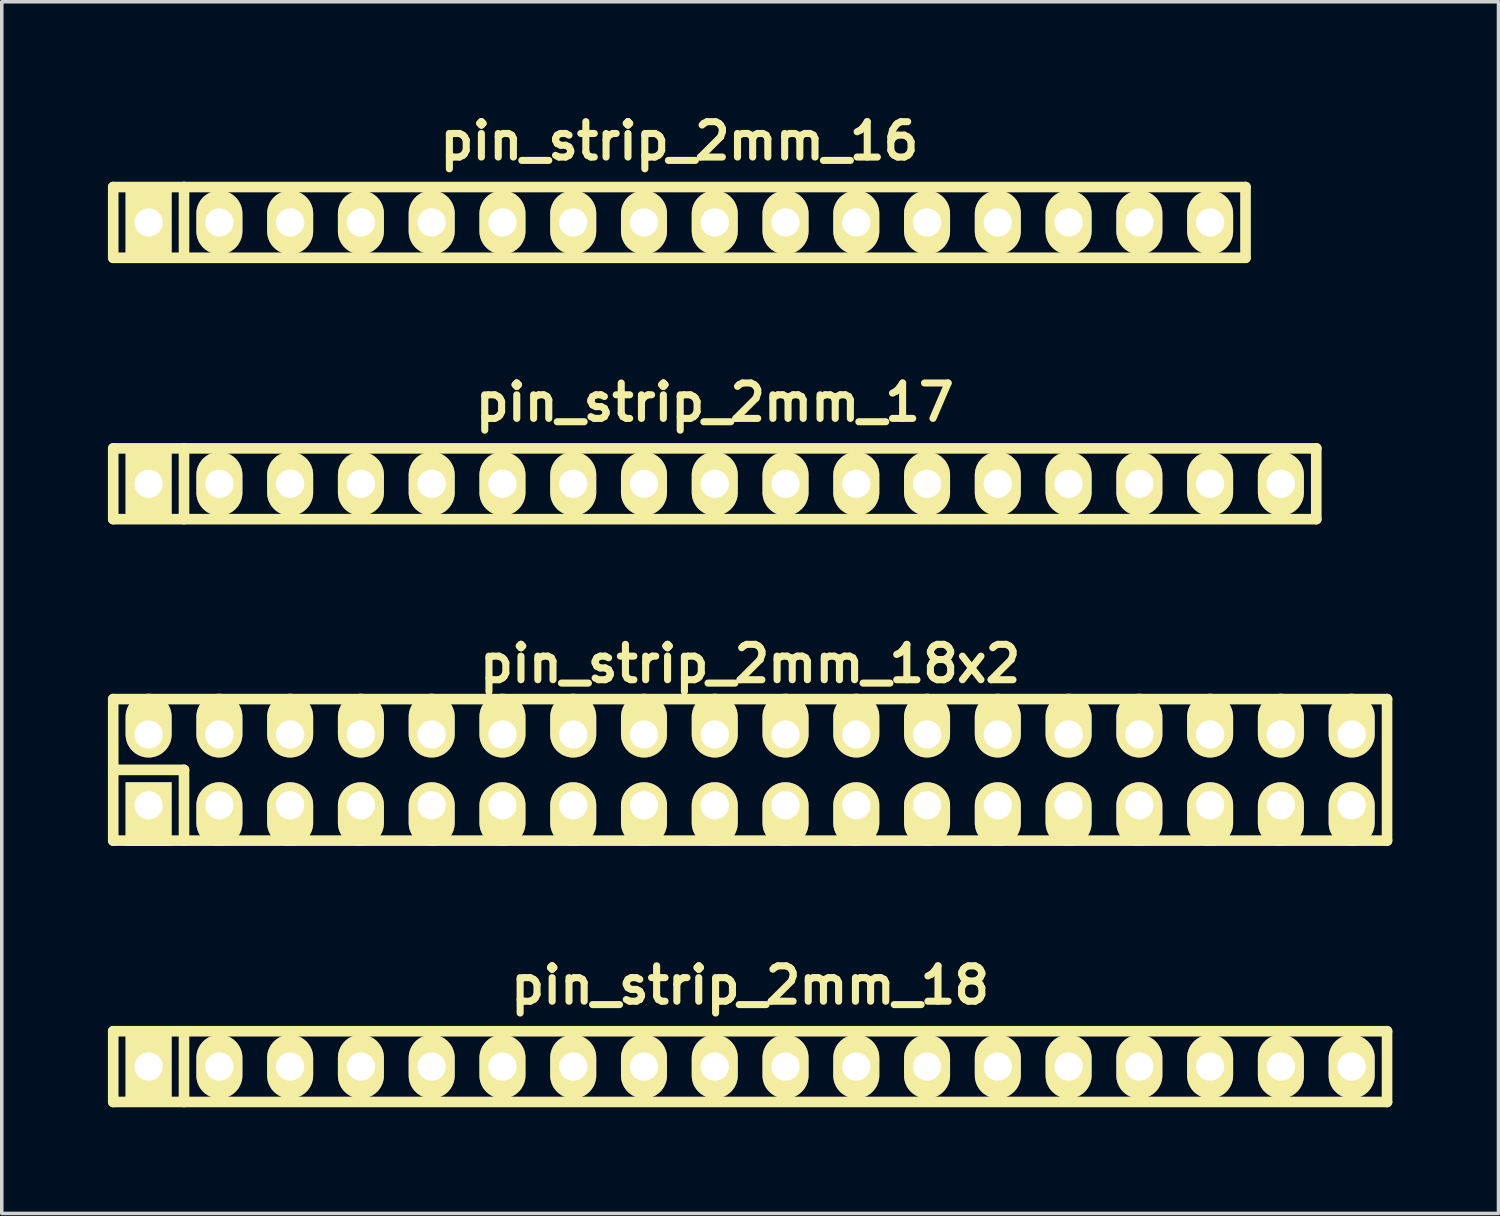
<source format=kicad_pcb>
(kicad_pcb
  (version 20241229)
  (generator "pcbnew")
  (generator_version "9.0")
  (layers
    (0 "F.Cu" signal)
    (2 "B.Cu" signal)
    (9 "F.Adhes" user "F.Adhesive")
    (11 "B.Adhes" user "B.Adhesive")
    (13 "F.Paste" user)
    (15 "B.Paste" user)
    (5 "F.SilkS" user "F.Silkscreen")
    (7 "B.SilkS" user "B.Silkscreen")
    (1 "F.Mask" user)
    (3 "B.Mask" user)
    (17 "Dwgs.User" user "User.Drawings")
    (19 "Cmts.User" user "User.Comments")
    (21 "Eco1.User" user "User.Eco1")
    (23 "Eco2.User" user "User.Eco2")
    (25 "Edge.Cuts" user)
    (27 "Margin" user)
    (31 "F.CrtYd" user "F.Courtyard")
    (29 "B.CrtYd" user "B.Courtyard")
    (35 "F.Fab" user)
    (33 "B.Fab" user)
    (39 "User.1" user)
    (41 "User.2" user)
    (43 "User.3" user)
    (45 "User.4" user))
  (footprint "pin_strip_2mm_18x2"
    (layer "F.Cu")
    (at 18.15 18.708)
    (property "Reference" "pin_strip_2mm_18x2" (at 0 -3 0) (layer "F.SilkS") (effects (font (size 1 1) (thickness 0.2))))
    (attr through_hole)
    (fp_line (start -18 -2) (end 18 -2) (stroke (width 0.3) (type solid)) (layer "F.SilkS"))
    (fp_line (start -18 0) (end -16 0) (stroke (width 0.3) (type solid)) (layer "F.SilkS"))
    (fp_line (start -18 2) (end -18 -2) (stroke (width 0.3) (type solid)) (layer "F.SilkS"))
    (fp_line (start -16 0) (end -16 2) (stroke (width 0.3) (type solid)) (layer "F.SilkS"))
    (fp_line (start 18 -2) (end 18 2) (stroke (width 0.3) (type solid)) (layer "F.SilkS"))
    (fp_line (start 18 2) (end -18 2) (stroke (width 0.3) (type solid)) (layer "F.SilkS"))
    (pad "1" thru_hole rect (at -17 1) (size 1.3 1.8) (drill 0.8 (offset 0 0.25)) (layers "*.Cu" "*.Mask" "F.SilkS"))
    (pad "2" thru_hole oval (at -17 -1) (size 1.3 1.8) (drill 0.8 (offset 0 -0.25)) (layers "*.Cu" "*.Mask" "F.SilkS"))
    (pad "3" thru_hole oval (at -15 1) (size 1.3 1.8) (drill 0.8 (offset 0 0.25)) (layers "*.Cu" "*.Mask" "F.SilkS"))
    (pad "4" thru_hole oval (at -15 -1) (size 1.3 1.8) (drill 0.8 (offset 0 -0.25)) (layers "*.Cu" "*.Mask" "F.SilkS"))
    (pad "5" thru_hole oval (at -13 1) (size 1.3 1.8) (drill 0.8 (offset 0 0.25)) (layers "*.Cu" "*.Mask" "F.SilkS"))
    (pad "6" thru_hole oval (at -13 -1) (size 1.3 1.8) (drill 0.8 (offset 0 -0.25)) (layers "*.Cu" "*.Mask" "F.SilkS"))
    (pad "7" thru_hole oval (at -11 1) (size 1.3 1.8) (drill 0.8 (offset 0 0.25)) (layers "*.Cu" "*.Mask" "F.SilkS"))
    (pad "8" thru_hole oval (at -11 -1) (size 1.3 1.8) (drill 0.8 (offset 0 -0.25)) (layers "*.Cu" "*.Mask" "F.SilkS"))
    (pad "9" thru_hole oval (at -9 1) (size 1.3 1.8) (drill 0.8 (offset 0 0.25)) (layers "*.Cu" "*.Mask" "F.SilkS"))
    (pad "10" thru_hole oval (at -9 -1) (size 1.3 1.8) (drill 0.8 (offset 0 -0.25)) (layers "*.Cu" "*.Mask" "F.SilkS"))
    (pad "11" thru_hole oval (at -7 1) (size 1.3 1.8) (drill 0.8 (offset 0 0.25)) (layers "*.Cu" "*.Mask" "F.SilkS"))
    (pad "12" thru_hole oval (at -7 -1) (size 1.3 1.8) (drill 0.8 (offset 0 -0.25)) (layers "*.Cu" "*.Mask" "F.SilkS"))
    (pad "13" thru_hole oval (at -5 1) (size 1.3 1.8) (drill 0.8 (offset 0 0.25)) (layers "*.Cu" "*.Mask" "F.SilkS"))
    (pad "14" thru_hole oval (at -5 -1) (size 1.3 1.8) (drill 0.8 (offset 0 -0.25)) (layers "*.Cu" "*.Mask" "F.SilkS"))
    (pad "15" thru_hole oval (at -3 1) (size 1.3 1.8) (drill 0.8 (offset 0 0.25)) (layers "*.Cu" "*.Mask" "F.SilkS"))
    (pad "16" thru_hole oval (at -3 -1) (size 1.3 1.8) (drill 0.8 (offset 0 -0.25)) (layers "*.Cu" "*.Mask" "F.SilkS"))
    (pad "17" thru_hole oval (at -1 1) (size 1.3 1.8) (drill 0.8 (offset 0 0.25)) (layers "*.Cu" "*.Mask" "F.SilkS"))
    (pad "18" thru_hole oval (at -1 -1) (size 1.3 1.8) (drill 0.8 (offset 0 -0.25)) (layers "*.Cu" "*.Mask" "F.SilkS"))
    (pad "19" thru_hole oval (at 1 1) (size 1.3 1.8) (drill 0.8 (offset 0 0.25)) (layers "*.Cu" "*.Mask" "F.SilkS"))
    (pad "20" thru_hole oval (at 1 -1) (size 1.3 1.8) (drill 0.8 (offset 0 -0.25)) (layers "*.Cu" "*.Mask" "F.SilkS"))
    (pad "21" thru_hole oval (at 3 1) (size 1.3 1.8) (drill 0.8 (offset 0 0.25)) (layers "*.Cu" "*.Mask" "F.SilkS"))
    (pad "22" thru_hole oval (at 3 -1) (size 1.3 1.8) (drill 0.8 (offset 0 -0.25)) (layers "*.Cu" "*.Mask" "F.SilkS"))
    (pad "23" thru_hole oval (at 5 1) (size 1.3 1.8) (drill 0.8 (offset 0 0.25)) (layers "*.Cu" "*.Mask" "F.SilkS"))
    (pad "24" thru_hole oval (at 5 -1) (size 1.3 1.8) (drill 0.8 (offset 0 -0.25)) (layers "*.Cu" "*.Mask" "F.SilkS"))
    (pad "25" thru_hole oval (at 7 1) (size 1.3 1.8) (drill 0.8 (offset 0 0.25)) (layers "*.Cu" "*.Mask" "F.SilkS"))
    (pad "26" thru_hole oval (at 7 -1) (size 1.3 1.8) (drill 0.8 (offset 0 -0.25)) (layers "*.Cu" "*.Mask" "F.SilkS"))
    (pad "27" thru_hole oval (at 9 1) (size 1.3 1.8) (drill 0.8 (offset 0 0.25)) (layers "*.Cu" "*.Mask" "F.SilkS"))
    (pad "28" thru_hole oval (at 9 -1) (size 1.3 1.8) (drill 0.8 (offset 0 -0.25)) (layers "*.Cu" "*.Mask" "F.SilkS"))
    (pad "29" thru_hole oval (at 11 1) (size 1.3 1.8) (drill 0.8 (offset 0 0.25)) (layers "*.Cu" "*.Mask" "F.SilkS"))
    (pad "30" thru_hole oval (at 11 -1) (size 1.3 1.8) (drill 0.8 (offset 0 -0.25)) (layers "*.Cu" "*.Mask" "F.SilkS"))
    (pad "31" thru_hole oval (at 13 1) (size 1.3 1.8) (drill 0.8 (offset 0 0.25)) (layers "*.Cu" "*.Mask" "F.SilkS"))
    (pad "32" thru_hole oval (at 13 -1) (size 1.3 1.8) (drill 0.8 (offset 0 -0.25)) (layers "*.Cu" "*.Mask" "F.SilkS"))
    (pad "33" thru_hole oval (at 15 1) (size 1.3 1.8) (drill 0.8 (offset 0 0.25)) (layers "*.Cu" "*.Mask" "F.SilkS"))
    (pad "34" thru_hole oval (at 15 -1) (size 1.3 1.8) (drill 0.8 (offset 0 -0.25)) (layers "*.Cu" "*.Mask" "F.SilkS"))
    (pad "35" thru_hole oval (at 17 1) (size 1.3 1.8) (drill 0.8 (offset 0 0.25)) (layers "*.Cu" "*.Mask" "F.SilkS"))
    (pad "36" thru_hole oval (at 17 -1) (size 1.3 1.8) (drill 0.8 (offset 0 -0.25)) (layers "*.Cu" "*.Mask" "F.SilkS")))
  (footprint "pin_strip_2mm_17"
    (layer "F.Cu")
    (at 17.15 10.622)
    (property "Reference" "pin_strip_2mm_17" (at 0 -2.3 0) (layer "F.SilkS") (effects (font (size 1 1) (thickness 0.2))))
    (attr through_hole)
    (fp_line (start -17 -1) (end 17 -1) (stroke (width 0.3) (type solid)) (layer "F.SilkS"))
    (fp_line (start -17 1) (end -17 -1) (stroke (width 0.3) (type solid)) (layer "F.SilkS"))
    (fp_line (start -15 -1) (end -15 1) (stroke (width 0.3) (type solid)) (layer "F.SilkS"))
    (fp_line (start 17 -1) (end 17 1) (stroke (width 0.3) (type solid)) (layer "F.SilkS"))
    (fp_line (start 17 1) (end -17 1) (stroke (width 0.3) (type solid)) (layer "F.SilkS"))
    (pad "1" thru_hole rect (at -16 0) (size 1.3 1.8) (drill 0.8) (layers "*.Cu" "*.Mask" "F.SilkS"))
    (pad "2" thru_hole oval (at -14 0) (size 1.3 1.8) (drill 0.8) (layers "*.Cu" "*.Mask" "F.SilkS"))
    (pad "3" thru_hole oval (at -12 0) (size 1.3 1.8) (drill 0.8) (layers "*.Cu" "*.Mask" "F.SilkS"))
    (pad "4" thru_hole oval (at -10 0) (size 1.3 1.8) (drill 0.8) (layers "*.Cu" "*.Mask" "F.SilkS"))
    (pad "5" thru_hole oval (at -8 0) (size 1.3 1.8) (drill 0.8) (layers "*.Cu" "*.Mask" "F.SilkS"))
    (pad "6" thru_hole oval (at -6 0) (size 1.3 1.8) (drill 0.8) (layers "*.Cu" "*.Mask" "F.SilkS"))
    (pad "7" thru_hole oval (at -4 0) (size 1.3 1.8) (drill 0.8) (layers "*.Cu" "*.Mask" "F.SilkS"))
    (pad "8" thru_hole oval (at -2 0) (size 1.3 1.8) (drill 0.8) (layers "*.Cu" "*.Mask" "F.SilkS"))
    (pad "9" thru_hole oval (at 0 0) (size 1.3 1.8) (drill 0.8) (layers "*.Cu" "*.Mask" "F.SilkS"))
    (pad "10" thru_hole oval (at 2 0) (size 1.3 1.8) (drill 0.8) (layers "*.Cu" "*.Mask" "F.SilkS"))
    (pad "11" thru_hole oval (at 4 0) (size 1.3 1.8) (drill 0.8) (layers "*.Cu" "*.Mask" "F.SilkS"))
    (pad "12" thru_hole oval (at 6 0) (size 1.3 1.8) (drill 0.8) (layers "*.Cu" "*.Mask" "F.SilkS"))
    (pad "13" thru_hole oval (at 8 0) (size 1.3 1.8) (drill 0.8) (layers "*.Cu" "*.Mask" "F.SilkS"))
    (pad "14" thru_hole oval (at 10 0) (size 1.3 1.8) (drill 0.8) (layers "*.Cu" "*.Mask" "F.SilkS"))
    (pad "15" thru_hole oval (at 12 0) (size 1.3 1.8) (drill 0.8) (layers "*.Cu" "*.Mask" "F.SilkS"))
    (pad "16" thru_hole oval (at 14 0) (size 1.3 1.8) (drill 0.8) (layers "*.Cu" "*.Mask" "F.SilkS"))
    (pad "17" thru_hole oval (at 16 0) (size 1.3 1.8) (drill 0.8) (layers "*.Cu" "*.Mask" "F.SilkS")))
  (footprint "pin_strip_2mm_18"
    (layer "F.Cu")
    (at 18.15 27.094)
    (property "Reference" "pin_strip_2mm_18" (at 0 -2.3 0) (layer "F.SilkS") (effects (font (size 1 1) (thickness 0.2))))
    (attr through_hole)
    (fp_line (start -18 -1) (end 18 -1) (stroke (width 0.3) (type solid)) (layer "F.SilkS"))
    (fp_line (start -18 1) (end -18 -1) (stroke (width 0.3) (type solid)) (layer "F.SilkS"))
    (fp_line (start -16 -1) (end -16 1) (stroke (width 0.3) (type solid)) (layer "F.SilkS"))
    (fp_line (start 18 -1) (end 18 1) (stroke (width 0.3) (type solid)) (layer "F.SilkS"))
    (fp_line (start 18 1) (end -18 1) (stroke (width 0.3) (type solid)) (layer "F.SilkS"))
    (pad "1" thru_hole rect (at -17 0) (size 1.3 1.8) (drill 0.8) (layers "*.Cu" "*.Mask" "F.SilkS"))
    (pad "2" thru_hole oval (at -15 0) (size 1.3 1.8) (drill 0.8) (layers "*.Cu" "*.Mask" "F.SilkS"))
    (pad "3" thru_hole oval (at -13 0) (size 1.3 1.8) (drill 0.8) (layers "*.Cu" "*.Mask" "F.SilkS"))
    (pad "4" thru_hole oval (at -11 0) (size 1.3 1.8) (drill 0.8) (layers "*.Cu" "*.Mask" "F.SilkS"))
    (pad "5" thru_hole oval (at -9 0) (size 1.3 1.8) (drill 0.8) (layers "*.Cu" "*.Mask" "F.SilkS"))
    (pad "6" thru_hole oval (at -7 0) (size 1.3 1.8) (drill 0.8) (layers "*.Cu" "*.Mask" "F.SilkS"))
    (pad "7" thru_hole oval (at -5 0) (size 1.3 1.8) (drill 0.8) (layers "*.Cu" "*.Mask" "F.SilkS"))
    (pad "8" thru_hole oval (at -3 0) (size 1.3 1.8) (drill 0.8) (layers "*.Cu" "*.Mask" "F.SilkS"))
    (pad "9" thru_hole oval (at -1 0) (size 1.3 1.8) (drill 0.8) (layers "*.Cu" "*.Mask" "F.SilkS"))
    (pad "10" thru_hole oval (at 1 0) (size 1.3 1.8) (drill 0.8) (layers "*.Cu" "*.Mask" "F.SilkS"))
    (pad "11" thru_hole oval (at 3 0) (size 1.3 1.8) (drill 0.8) (layers "*.Cu" "*.Mask" "F.SilkS"))
    (pad "12" thru_hole oval (at 5 0) (size 1.3 1.8) (drill 0.8) (layers "*.Cu" "*.Mask" "F.SilkS"))
    (pad "13" thru_hole oval (at 7 0) (size 1.3 1.8) (drill 0.8) (layers "*.Cu" "*.Mask" "F.SilkS"))
    (pad "14" thru_hole oval (at 9 0) (size 1.3 1.8) (drill 0.8) (layers "*.Cu" "*.Mask" "F.SilkS"))
    (pad "15" thru_hole oval (at 11 0) (size 1.3 1.8) (drill 0.8) (layers "*.Cu" "*.Mask" "F.SilkS"))
    (pad "16" thru_hole oval (at 13 0) (size 1.3 1.8) (drill 0.8) (layers "*.Cu" "*.Mask" "F.SilkS"))
    (pad "17" thru_hole oval (at 15 0) (size 1.3 1.8) (drill 0.8) (layers "*.Cu" "*.Mask" "F.SilkS"))
    (pad "18" thru_hole oval (at 17 0) (size 1.3 1.8) (drill 0.8) (layers "*.Cu" "*.Mask" "F.SilkS")))
  (footprint "pin_strip_2mm_16"
    (layer "F.Cu")
    (at 16.15 3.236)
    (property "Reference" "pin_strip_2mm_16" (at 0 -2.3 0) (layer "F.SilkS") (effects (font (size 1 1) (thickness 0.2))))
    (attr through_hole)
    (fp_line (start -16 -1) (end 16 -1) (stroke (width 0.3) (type solid)) (layer "F.SilkS"))
    (fp_line (start -16 1) (end -16 -1) (stroke (width 0.3) (type solid)) (layer "F.SilkS"))
    (fp_line (start -14 -1) (end -14 1) (stroke (width 0.3) (type solid)) (layer "F.SilkS"))
    (fp_line (start 16 -1) (end 16 1) (stroke (width 0.3) (type solid)) (layer "F.SilkS"))
    (fp_line (start 16 1) (end -16 1) (stroke (width 0.3) (type solid)) (layer "F.SilkS"))
    (pad "1" thru_hole rect (at -15 0) (size 1.3 1.8) (drill 0.8) (layers "*.Cu" "*.Mask" "F.SilkS"))
    (pad "2" thru_hole oval (at -13 0) (size 1.3 1.8) (drill 0.8) (layers "*.Cu" "*.Mask" "F.SilkS"))
    (pad "3" thru_hole oval (at -11 0) (size 1.3 1.8) (drill 0.8) (layers "*.Cu" "*.Mask" "F.SilkS"))
    (pad "4" thru_hole oval (at -9 0) (size 1.3 1.8) (drill 0.8) (layers "*.Cu" "*.Mask" "F.SilkS"))
    (pad "5" thru_hole oval (at -7 0) (size 1.3 1.8) (drill 0.8) (layers "*.Cu" "*.Mask" "F.SilkS"))
    (pad "6" thru_hole oval (at -5 0) (size 1.3 1.8) (drill 0.8) (layers "*.Cu" "*.Mask" "F.SilkS"))
    (pad "7" thru_hole oval (at -3 0) (size 1.3 1.8) (drill 0.8) (layers "*.Cu" "*.Mask" "F.SilkS"))
    (pad "8" thru_hole oval (at -1 0) (size 1.3 1.8) (drill 0.8) (layers "*.Cu" "*.Mask" "F.SilkS"))
    (pad "9" thru_hole oval (at 1 0) (size 1.3 1.8) (drill 0.8) (layers "*.Cu" "*.Mask" "F.SilkS"))
    (pad "10" thru_hole oval (at 3 0) (size 1.3 1.8) (drill 0.8) (layers "*.Cu" "*.Mask" "F.SilkS"))
    (pad "11" thru_hole oval (at 5 0) (size 1.3 1.8) (drill 0.8) (layers "*.Cu" "*.Mask" "F.SilkS"))
    (pad "12" thru_hole oval (at 7 0) (size 1.3 1.8) (drill 0.8) (layers "*.Cu" "*.Mask" "F.SilkS"))
    (pad "13" thru_hole oval (at 9 0) (size 1.3 1.8) (drill 0.8) (layers "*.Cu" "*.Mask" "F.SilkS"))
    (pad "14" thru_hole oval (at 11 0) (size 1.3 1.8) (drill 0.8) (layers "*.Cu" "*.Mask" "F.SilkS"))
    (pad "15" thru_hole oval (at 13 0) (size 1.3 1.8) (drill 0.8) (layers "*.Cu" "*.Mask" "F.SilkS"))
    (pad "16" thru_hole oval (at 15 0) (size 1.3 1.8) (drill 0.8) (layers "*.Cu" "*.Mask" "F.SilkS")))
  (gr_rect
    (start -3 -3)
    (end 39.3 31.244)
    (stroke (width 0.1) (type default))
    (fill no)
    (layer "Edge.Cuts")))
</source>
